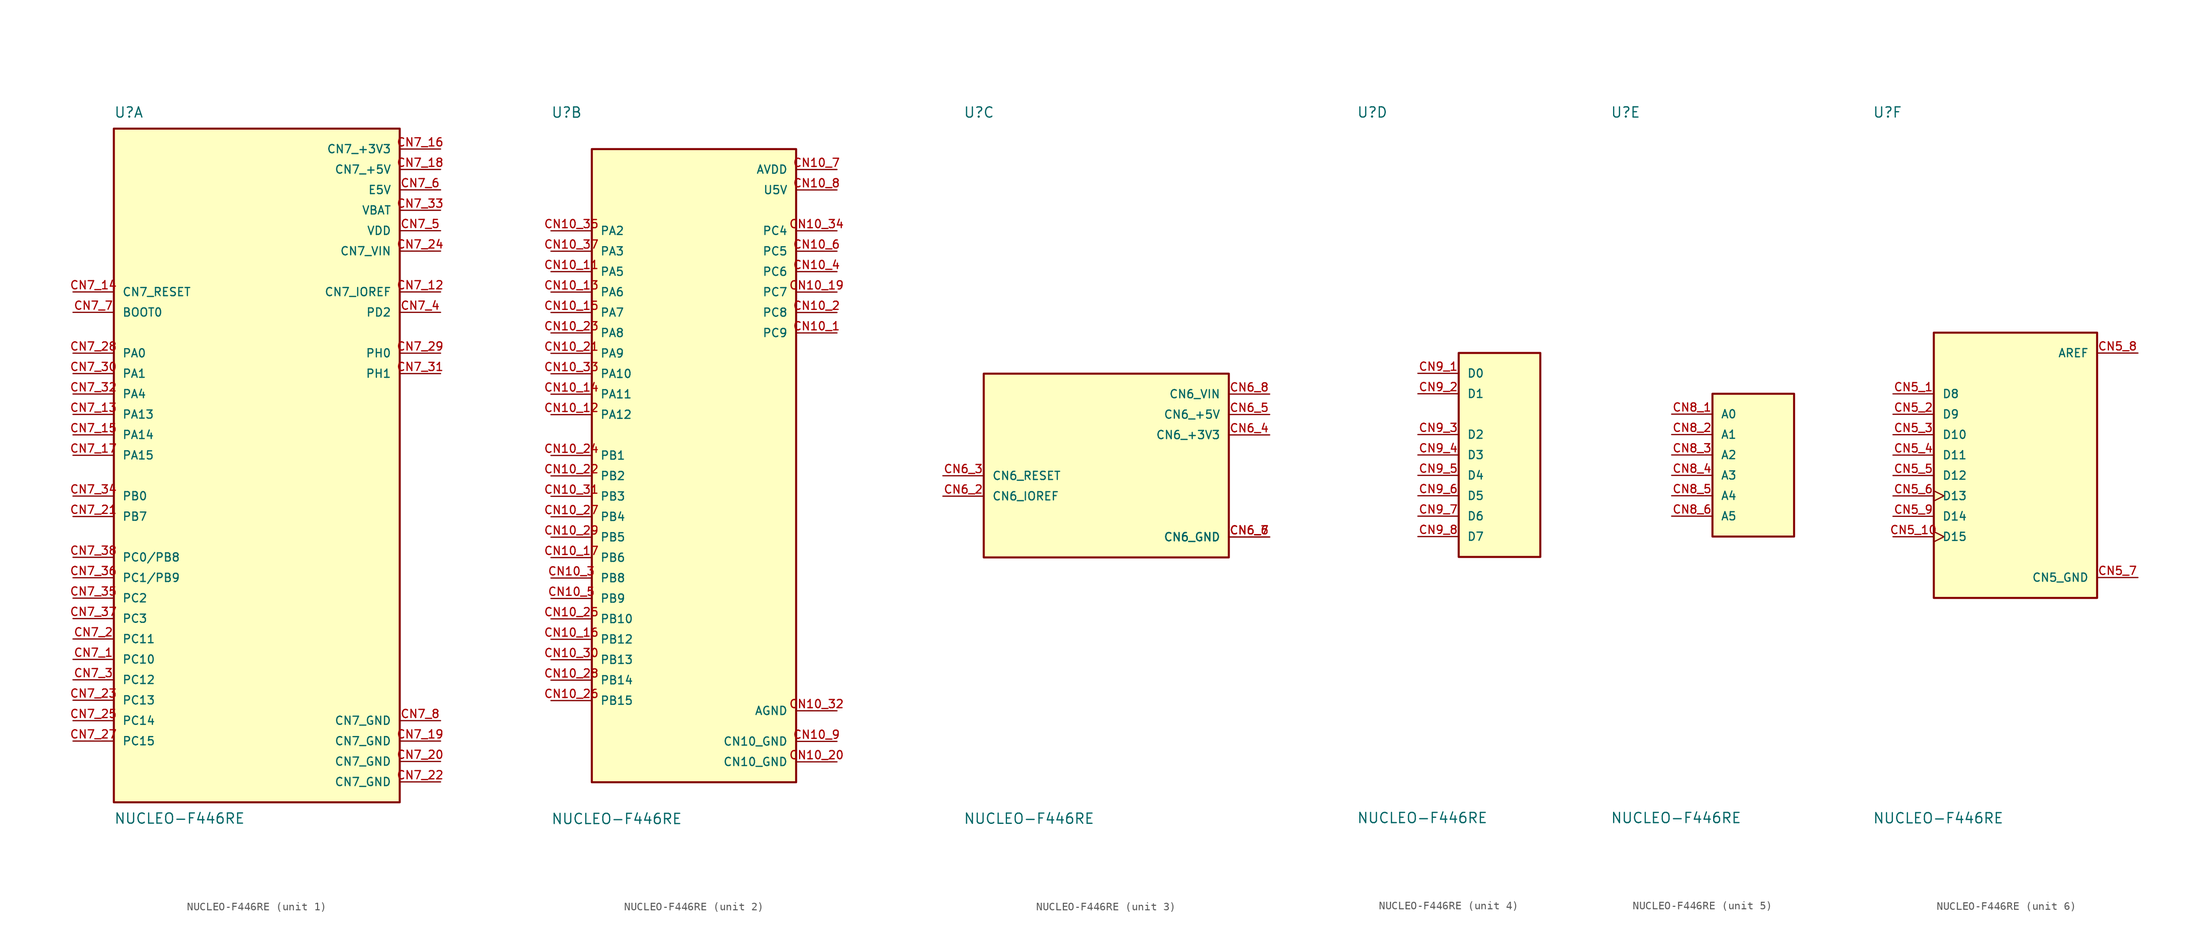
<source format=kicad_sym>
(kicad_symbol_lib
  (version 20231120)
  (generator "kicad_symbol_editor")
  (generator_version "8.0")
  (symbol "NUCLEO-F446RE"
    (pin_names
      (offset 1.016))
    (property "Reference" "U"
      (at -17.78 41.91 0)
      (effects (font (size 1.27 1.27)) (justify left bottom)))
    (property "Value" "NUCLEO-F446RE"
      (at -17.78 -44.45 0)
      (effects (font (size 1.27 1.27)) (justify left top)))
    (symbol "NUCLEO-F446RE_1_0"
      (rectangle (start -17.78 -43.18) (end 17.78 40.64) (stroke (width 0.254) (type default)) (fill (type background)))
      (pin bidirectional line (at -22.86 -25.4 0) (length 5.08) (name "PC10" (effects (font (size 1.016 1.016)))) (number "CN7_1" (effects (font (size 1.016 1.016)))))
      (pin bidirectional line (at 22.86 20.32 180) (length 5.08) (name "CN7_IOREF" (effects (font (size 1.016 1.016)))) (number "CN7_12" (effects (font (size 1.016 1.016)))))
      (pin bidirectional line (at -22.86 5.08 0) (length 5.08) (name "PA13" (effects (font (size 1.016 1.016)))) (number "CN7_13" (effects (font (size 1.016 1.016)))))
      (pin bidirectional line (at -22.86 20.32 0) (length 5.08) (name "CN7_RESET" (effects (font (size 1.016 1.016)))) (number "CN7_14" (effects (font (size 1.016 1.016)))))
      (pin bidirectional line (at -22.86 2.54 0) (length 5.08) (name "PA14" (effects (font (size 1.016 1.016)))) (number "CN7_15" (effects (font (size 1.016 1.016)))))
      (pin power_in line (at 22.86 38.1 180) (length 5.08) (name "CN7_+3V3" (effects (font (size 1.016 1.016)))) (number "CN7_16" (effects (font (size 1.016 1.016)))))
      (pin bidirectional line (at -22.86 0 0) (length 5.08) (name "PA15" (effects (font (size 1.016 1.016)))) (number "CN7_17" (effects (font (size 1.016 1.016)))))
      (pin power_in line (at 22.86 35.56 180) (length 5.08) (name "CN7_+5V" (effects (font (size 1.016 1.016)))) (number "CN7_18" (effects (font (size 1.016 1.016)))))
      (pin power_in line (at 22.86 -35.56 180) (length 5.08) (name "CN7_GND" (effects (font (size 1.016 1.016)))) (number "CN7_19" (effects (font (size 1.016 1.016)))))
      (pin bidirectional line (at -22.86 -22.86 0) (length 5.08) (name "PC11" (effects (font (size 1.016 1.016)))) (number "CN7_2" (effects (font (size 1.016 1.016)))))
      (pin power_in line (at 22.86 -38.1 180) (length 5.08) (name "CN7_GND" (effects (font (size 1.016 1.016)))) (number "CN7_20" (effects (font (size 1.016 1.016)))))
      (pin bidirectional line (at -22.86 -7.62 0) (length 5.08) (name "PB7" (effects (font (size 1.016 1.016)))) (number "CN7_21" (effects (font (size 1.016 1.016)))))
      (pin power_in line (at 22.86 -40.64 180) (length 5.08) (name "CN7_GND" (effects (font (size 1.016 1.016)))) (number "CN7_22" (effects (font (size 1.016 1.016)))))
      (pin bidirectional line (at -22.86 -30.48 0) (length 5.08) (name "PC13" (effects (font (size 1.016 1.016)))) (number "CN7_23" (effects (font (size 1.016 1.016)))))
      (pin power_in line (at 22.86 25.4 180) (length 5.08) (name "CN7_VIN" (effects (font (size 1.016 1.016)))) (number "CN7_24" (effects (font (size 1.016 1.016)))))
      (pin bidirectional line (at -22.86 -33.02 0) (length 5.08) (name "PC14" (effects (font (size 1.016 1.016)))) (number "CN7_25" (effects (font (size 1.016 1.016)))))
      (pin bidirectional line (at -22.86 -35.56 0) (length 5.08) (name "PC15" (effects (font (size 1.016 1.016)))) (number "CN7_27" (effects (font (size 1.016 1.016)))))
      (pin bidirectional line (at -22.86 12.7 0) (length 5.08) (name "PA0" (effects (font (size 1.016 1.016)))) (number "CN7_28" (effects (font (size 1.016 1.016)))))
      (pin bidirectional line (at 22.86 12.7 180) (length 5.08) (name "PH0" (effects (font (size 1.016 1.016)))) (number "CN7_29" (effects (font (size 1.016 1.016)))))
      (pin bidirectional line (at -22.86 -27.94 0) (length 5.08) (name "PC12" (effects (font (size 1.016 1.016)))) (number "CN7_3" (effects (font (size 1.016 1.016)))))
      (pin bidirectional line (at -22.86 10.16 0) (length 5.08) (name "PA1" (effects (font (size 1.016 1.016)))) (number "CN7_30" (effects (font (size 1.016 1.016)))))
      (pin bidirectional line (at 22.86 10.16 180) (length 5.08) (name "PH1" (effects (font (size 1.016 1.016)))) (number "CN7_31" (effects (font (size 1.016 1.016)))))
      (pin bidirectional line (at -22.86 7.62 0) (length 5.08) (name "PA4" (effects (font (size 1.016 1.016)))) (number "CN7_32" (effects (font (size 1.016 1.016)))))
      (pin power_in line (at 22.86 30.48 180) (length 5.08) (name "VBAT" (effects (font (size 1.016 1.016)))) (number "CN7_33" (effects (font (size 1.016 1.016)))))
      (pin bidirectional line (at -22.86 -5.08 0) (length 5.08) (name "PB0" (effects (font (size 1.016 1.016)))) (number "CN7_34" (effects (font (size 1.016 1.016)))))
      (pin bidirectional line (at -22.86 -17.78 0) (length 5.08) (name "PC2" (effects (font (size 1.016 1.016)))) (number "CN7_35" (effects (font (size 1.016 1.016)))))
      (pin bidirectional line (at -22.86 -15.24 0) (length 5.08) (name "PC1/PB9" (effects (font (size 1.016 1.016)))) (number "CN7_36" (effects (font (size 1.016 1.016)))))
      (pin bidirectional line (at -22.86 -20.32 0) (length 5.08) (name "PC3" (effects (font (size 1.016 1.016)))) (number "CN7_37" (effects (font (size 1.016 1.016)))))
      (pin bidirectional line (at -22.86 -12.7 0) (length 5.08) (name "PC0/PB8" (effects (font (size 1.016 1.016)))) (number "CN7_38" (effects (font (size 1.016 1.016)))))
      (pin bidirectional line (at 22.86 17.78 180) (length 5.08) (name "PD2" (effects (font (size 1.016 1.016)))) (number "CN7_4" (effects (font (size 1.016 1.016)))))
      (pin power_in line (at 22.86 27.94 180) (length 5.08) (name "VDD" (effects (font (size 1.016 1.016)))) (number "CN7_5" (effects (font (size 1.016 1.016)))))
      (pin power_in line (at 22.86 33.02 180) (length 5.08) (name "E5V" (effects (font (size 1.016 1.016)))) (number "CN7_6" (effects (font (size 1.016 1.016)))))
      (pin bidirectional line (at -22.86 17.78 0) (length 5.08) (name "BOOT0" (effects (font (size 1.016 1.016)))) (number "CN7_7" (effects (font (size 1.016 1.016)))))
      (pin power_in line (at 22.86 -33.02 180) (length 5.08) (name "CN7_GND" (effects (font (size 1.016 1.016)))) (number "CN7_8" (effects (font (size 1.016 1.016))))))
    (symbol "NUCLEO-F446RE_2_0"
      (rectangle (start -12.7 -40.64) (end 12.7 38.1) (stroke (width 0.254) (type default)) (fill (type background)))
      (pin bidirectional line (at 17.78 15.24 180) (length 5.08) (name "PC9" (effects (font (size 1.016 1.016)))) (number "CN10_1" (effects (font (size 1.016 1.016)))))
      (pin bidirectional line (at -17.78 22.86 0) (length 5.08) (name "PA5" (effects (font (size 1.016 1.016)))) (number "CN10_11" (effects (font (size 1.016 1.016)))))
      (pin bidirectional line (at -17.78 5.08 0) (length 5.08) (name "PA12" (effects (font (size 1.016 1.016)))) (number "CN10_12" (effects (font (size 1.016 1.016)))))
      (pin bidirectional line (at -17.78 20.32 0) (length 5.08) (name "PA6" (effects (font (size 1.016 1.016)))) (number "CN10_13" (effects (font (size 1.016 1.016)))))
      (pin bidirectional line (at -17.78 7.62 0) (length 5.08) (name "PA11" (effects (font (size 1.016 1.016)))) (number "CN10_14" (effects (font (size 1.016 1.016)))))
      (pin bidirectional line (at -17.78 17.78 0) (length 5.08) (name "PA7" (effects (font (size 1.016 1.016)))) (number "CN10_15" (effects (font (size 1.016 1.016)))))
      (pin bidirectional line (at -17.78 -22.86 0) (length 5.08) (name "PB12" (effects (font (size 1.016 1.016)))) (number "CN10_16" (effects (font (size 1.016 1.016)))))
      (pin bidirectional line (at -17.78 -12.7 0) (length 5.08) (name "PB6" (effects (font (size 1.016 1.016)))) (number "CN10_17" (effects (font (size 1.016 1.016)))))
      (pin bidirectional line (at 17.78 20.32 180) (length 5.08) (name "PC7" (effects (font (size 1.016 1.016)))) (number "CN10_19" (effects (font (size 1.016 1.016)))))
      (pin bidirectional line (at 17.78 17.78 180) (length 5.08) (name "PC8" (effects (font (size 1.016 1.016)))) (number "CN10_2" (effects (font (size 1.016 1.016)))))
      (pin power_in line (at 17.78 -38.1 180) (length 5.08) (name "CN10_GND" (effects (font (size 1.016 1.016)))) (number "CN10_20" (effects (font (size 1.016 1.016)))))
      (pin bidirectional line (at -17.78 12.7 0) (length 5.08) (name "PA9" (effects (font (size 1.016 1.016)))) (number "CN10_21" (effects (font (size 1.016 1.016)))))
      (pin bidirectional line (at -17.78 -2.54 0) (length 5.08) (name "PB2" (effects (font (size 1.016 1.016)))) (number "CN10_22" (effects (font (size 1.016 1.016)))))
      (pin bidirectional line (at -17.78 15.24 0) (length 5.08) (name "PA8" (effects (font (size 1.016 1.016)))) (number "CN10_23" (effects (font (size 1.016 1.016)))))
      (pin bidirectional line (at -17.78 0 0) (length 5.08) (name "PB1" (effects (font (size 1.016 1.016)))) (number "CN10_24" (effects (font (size 1.016 1.016)))))
      (pin bidirectional line (at -17.78 -20.32 0) (length 5.08) (name "PB10" (effects (font (size 1.016 1.016)))) (number "CN10_25" (effects (font (size 1.016 1.016)))))
      (pin bidirectional line (at -17.78 -30.48 0) (length 5.08) (name "PB15" (effects (font (size 1.016 1.016)))) (number "CN10_26" (effects (font (size 1.016 1.016)))))
      (pin bidirectional line (at -17.78 -7.62 0) (length 5.08) (name "PB4" (effects (font (size 1.016 1.016)))) (number "CN10_27" (effects (font (size 1.016 1.016)))))
      (pin bidirectional line (at -17.78 -27.94 0) (length 5.08) (name "PB14" (effects (font (size 1.016 1.016)))) (number "CN10_28" (effects (font (size 1.016 1.016)))))
      (pin bidirectional line (at -17.78 -10.16 0) (length 5.08) (name "PB5" (effects (font (size 1.016 1.016)))) (number "CN10_29" (effects (font (size 1.016 1.016)))))
      (pin bidirectional line (at -17.78 -15.24 0) (length 5.08) (name "PB8" (effects (font (size 1.016 1.016)))) (number "CN10_3" (effects (font (size 1.016 1.016)))))
      (pin bidirectional line (at -17.78 -25.4 0) (length 5.08) (name "PB13" (effects (font (size 1.016 1.016)))) (number "CN10_30" (effects (font (size 1.016 1.016)))))
      (pin bidirectional line (at -17.78 -5.08 0) (length 5.08) (name "PB3" (effects (font (size 1.016 1.016)))) (number "CN10_31" (effects (font (size 1.016 1.016)))))
      (pin power_in line (at 17.78 -31.75 180) (length 5.08) (name "AGND" (effects (font (size 1.016 1.016)))) (number "CN10_32" (effects (font (size 1.016 1.016)))))
      (pin bidirectional line (at -17.78 10.16 0) (length 5.08) (name "PA10" (effects (font (size 1.016 1.016)))) (number "CN10_33" (effects (font (size 1.016 1.016)))))
      (pin bidirectional line (at 17.78 27.94 180) (length 5.08) (name "PC4" (effects (font (size 1.016 1.016)))) (number "CN10_34" (effects (font (size 1.016 1.016)))))
      (pin bidirectional line (at -17.78 27.94 0) (length 5.08) (name "PA2" (effects (font (size 1.016 1.016)))) (number "CN10_35" (effects (font (size 1.016 1.016)))))
      (pin bidirectional line (at -17.78 25.4 0) (length 5.08) (name "PA3" (effects (font (size 1.016 1.016)))) (number "CN10_37" (effects (font (size 1.016 1.016)))))
      (pin bidirectional line (at 17.78 22.86 180) (length 5.08) (name "PC6" (effects (font (size 1.016 1.016)))) (number "CN10_4" (effects (font (size 1.016 1.016)))))
      (pin bidirectional line (at -17.78 -17.78 0) (length 5.08) (name "PB9" (effects (font (size 1.016 1.016)))) (number "CN10_5" (effects (font (size 1.016 1.016)))))
      (pin bidirectional line (at 17.78 25.4 180) (length 5.08) (name "PC5" (effects (font (size 1.016 1.016)))) (number "CN10_6" (effects (font (size 1.016 1.016)))))
      (pin power_in line (at 17.78 35.56 180) (length 5.08) (name "AVDD" (effects (font (size 1.016 1.016)))) (number "CN10_7" (effects (font (size 1.016 1.016)))))
      (pin power_in line (at 17.78 33.02 180) (length 5.08) (name "U5V" (effects (font (size 1.016 1.016)))) (number "CN10_8" (effects (font (size 1.016 1.016)))))
      (pin power_in line (at 17.78 -35.56 180) (length 5.08) (name "CN10_GND" (effects (font (size 1.016 1.016)))) (number "CN10_9" (effects (font (size 1.016 1.016))))))
    (symbol "NUCLEO-F446RE_3_0"
      (rectangle (start -15.24 -12.7) (end 15.24 10.16) (stroke (width 0.254) (type default)) (fill (type background)))
      (pin bidirectional line (at -20.32 -5.08 0) (length 5.08) (name "CN6_IOREF" (effects (font (size 1.016 1.016)))) (number "CN6_2" (effects (font (size 1.016 1.016)))))
      (pin bidirectional line (at -20.32 -2.54 0) (length 5.08) (name "CN6_RESET" (effects (font (size 1.016 1.016)))) (number "CN6_3" (effects (font (size 1.016 1.016)))))
      (pin power_in line (at 20.32 2.54 180) (length 5.08) (name "CN6_+3V3" (effects (font (size 1.016 1.016)))) (number "CN6_4" (effects (font (size 1.016 1.016)))))
      (pin power_in line (at 20.32 5.08 180) (length 5.08) (name "CN6_+5V" (effects (font (size 1.016 1.016)))) (number "CN6_5" (effects (font (size 1.016 1.016)))))
      (pin power_in line (at 20.32 -10.16 180) (length 5.08) (name "CN6_GND" (effects (font (size 1.016 1.016)))) (number "CN6_6" (effects (font (size 1.016 1.016)))))
      (pin power_in line (at 20.32 -10.16 180) (length 5.08) (name "CN6_GND" (effects (font (size 1.016 1.016)))) (number "CN6_7" (effects (font (size 1.016 1.016)))))
      (pin power_in line (at 20.32 7.62 180) (length 5.08) (name "CN6_VIN" (effects (font (size 1.016 1.016)))) (number "CN6_8" (effects (font (size 1.016 1.016))))))
    (symbol "NUCLEO-F446RE_4_0"
      (rectangle (start -5.08 -12.7) (end 5.08 12.7) (stroke (width 0.254) (type default)) (fill (type background)))
      (pin input line (at -10.16 10.16 0) (length 5.08) (name "D0" (effects (font (size 1.016 1.016)))) (number "CN9_1" (effects (font (size 1.016 1.016)))))
      (pin output line (at -10.16 7.62 0) (length 5.08) (name "D1" (effects (font (size 1.016 1.016)))) (number "CN9_2" (effects (font (size 1.016 1.016)))))
      (pin bidirectional line (at -10.16 2.54 0) (length 5.08) (name "D2" (effects (font (size 1.016 1.016)))) (number "CN9_3" (effects (font (size 1.016 1.016)))))
      (pin bidirectional line (at -10.16 0 0) (length 5.08) (name "D3" (effects (font (size 1.016 1.016)))) (number "CN9_4" (effects (font (size 1.016 1.016)))))
      (pin bidirectional line (at -10.16 -2.54 0) (length 5.08) (name "D4" (effects (font (size 1.016 1.016)))) (number "CN9_5" (effects (font (size 1.016 1.016)))))
      (pin bidirectional line (at -10.16 -5.08 0) (length 5.08) (name "D5" (effects (font (size 1.016 1.016)))) (number "CN9_6" (effects (font (size 1.016 1.016)))))
      (pin bidirectional line (at -10.16 -7.62 0) (length 5.08) (name "D6" (effects (font (size 1.016 1.016)))) (number "CN9_7" (effects (font (size 1.016 1.016)))))
      (pin bidirectional line (at -10.16 -10.16 0) (length 5.08) (name "D7" (effects (font (size 1.016 1.016)))) (number "CN9_8" (effects (font (size 1.016 1.016))))))
    (symbol "NUCLEO-F446RE_5_0"
      (rectangle (start -5.08 -10.16) (end 5.08 7.62) (stroke (width 0.254) (type default)) (fill (type background)))
      (pin input line (at -10.16 5.08 0) (length 5.08) (name "A0" (effects (font (size 1.016 1.016)))) (number "CN8_1" (effects (font (size 1.016 1.016)))))
      (pin input line (at -10.16 2.54 0) (length 5.08) (name "A1" (effects (font (size 1.016 1.016)))) (number "CN8_2" (effects (font (size 1.016 1.016)))))
      (pin input line (at -10.16 0 0) (length 5.08) (name "A2" (effects (font (size 1.016 1.016)))) (number "CN8_3" (effects (font (size 1.016 1.016)))))
      (pin input line (at -10.16 -2.54 0) (length 5.08) (name "A3" (effects (font (size 1.016 1.016)))) (number "CN8_4" (effects (font (size 1.016 1.016)))))
      (pin input line (at -10.16 -5.08 0) (length 5.08) (name "A4" (effects (font (size 1.016 1.016)))) (number "CN8_5" (effects (font (size 1.016 1.016)))))
      (pin input line (at -10.16 -7.62 0) (length 5.08) (name "A5" (effects (font (size 1.016 1.016)))) (number "CN8_6" (effects (font (size 1.016 1.016))))))
    (symbol "NUCLEO-F446RE_6_0"
      (rectangle (start -10.16 -17.78) (end 10.16 15.24) (stroke (width 0.254) (type default)) (fill (type background)))
      (pin bidirectional line (at -15.24 7.62 0) (length 5.08) (name "D8" (effects (font (size 1.016 1.016)))) (number "CN5_1" (effects (font (size 1.016 1.016)))))
      (pin bidirectional clock (at -15.24 -10.16 0) (length 5.08) (name "D15" (effects (font (size 1.016 1.016)))) (number "CN5_10" (effects (font (size 1.016 1.016)))))
      (pin bidirectional line (at -15.24 5.08 0) (length 5.08) (name "D9" (effects (font (size 1.016 1.016)))) (number "CN5_2" (effects (font (size 1.016 1.016)))))
      (pin bidirectional line (at -15.24 2.54 0) (length 5.08) (name "D10" (effects (font (size 1.016 1.016)))) (number "CN5_3" (effects (font (size 1.016 1.016)))))
      (pin bidirectional line (at -15.24 0 0) (length 5.08) (name "D11" (effects (font (size 1.016 1.016)))) (number "CN5_4" (effects (font (size 1.016 1.016)))))
      (pin bidirectional line (at -15.24 -2.54 0) (length 5.08) (name "D12" (effects (font (size 1.016 1.016)))) (number "CN5_5" (effects (font (size 1.016 1.016)))))
      (pin bidirectional clock (at -15.24 -5.08 0) (length 5.08) (name "D13" (effects (font (size 1.016 1.016)))) (number "CN5_6" (effects (font (size 1.016 1.016)))))
      (pin power_in line (at 15.24 -15.24 180) (length 5.08) (name "CN5_GND" (effects (font (size 1.016 1.016)))) (number "CN5_7" (effects (font (size 1.016 1.016)))))
      (pin power_in line (at 15.24 12.7 180) (length 5.08) (name "AREF" (effects (font (size 1.016 1.016)))) (number "CN5_8" (effects (font (size 1.016 1.016)))))
      (pin bidirectional line (at -15.24 -7.62 0) (length 5.08) (name "D14" (effects (font (size 1.016 1.016)))) (number "CN5_9" (effects (font (size 1.016 1.016))))))))
</source>
